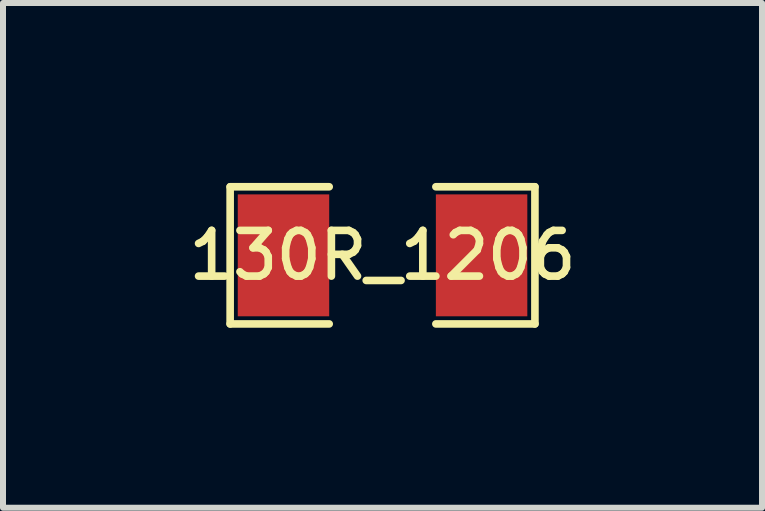
<source format=kicad_pcb>
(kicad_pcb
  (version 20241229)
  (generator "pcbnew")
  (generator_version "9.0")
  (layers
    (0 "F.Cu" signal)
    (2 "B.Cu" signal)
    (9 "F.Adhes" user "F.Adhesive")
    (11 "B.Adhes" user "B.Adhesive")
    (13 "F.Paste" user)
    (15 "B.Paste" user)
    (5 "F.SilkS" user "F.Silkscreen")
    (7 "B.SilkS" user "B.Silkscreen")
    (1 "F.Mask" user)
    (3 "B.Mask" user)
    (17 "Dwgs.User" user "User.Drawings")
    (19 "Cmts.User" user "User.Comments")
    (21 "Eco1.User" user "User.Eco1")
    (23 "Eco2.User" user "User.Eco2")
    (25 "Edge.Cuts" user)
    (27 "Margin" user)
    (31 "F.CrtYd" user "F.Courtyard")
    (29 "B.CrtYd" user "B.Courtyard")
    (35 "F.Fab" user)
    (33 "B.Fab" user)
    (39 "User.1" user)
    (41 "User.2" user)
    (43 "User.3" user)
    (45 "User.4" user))
  (footprint "130R_1206"
    (layer "F.Cu")
    (at 3.326 1.206)
    (property "Reference" "130R_1206" (at 0 0 0) (layer "F.SilkS") (effects (font (size 0.762 0.762) (thickness 0.127))))
    (attr smd)
    (fp_line (start -2.54 -1.143) (end -2.54 1.143) (stroke (width 0.127) (type solid)) (layer "F.SilkS"))
    (fp_line (start -2.54 1.143) (end -0.889 1.143) (stroke (width 0.127) (type solid)) (layer "F.SilkS"))
    (fp_line (start -0.889 -1.143) (end -2.54 -1.143) (stroke (width 0.127) (type solid)) (layer "F.SilkS"))
    (fp_line (start 0.889 -1.143) (end 2.54 -1.143) (stroke (width 0.127) (type solid)) (layer "F.SilkS"))
    (fp_line (start 2.54 -1.143) (end 2.54 1.143) (stroke (width 0.127) (type solid)) (layer "F.SilkS"))
    (fp_line (start 2.54 1.143) (end 0.889 1.143) (stroke (width 0.127) (type solid)) (layer "F.SilkS"))
    (pad "1" smd rect (at -1.651 0) (size 1.524 2.032) (layers "F.Cu" "F.Mask" "F.Paste"))
    (pad "2" smd rect (at 1.651 0) (size 1.524 2.032) (layers "F.Cu" "F.Mask" "F.Paste")))
  (gr_rect
    (start -3 -3)
    (end 9.651 5.413)
    (stroke (width 0.1) (type default))
    (fill no)
    (layer "Edge.Cuts")))
</source>
